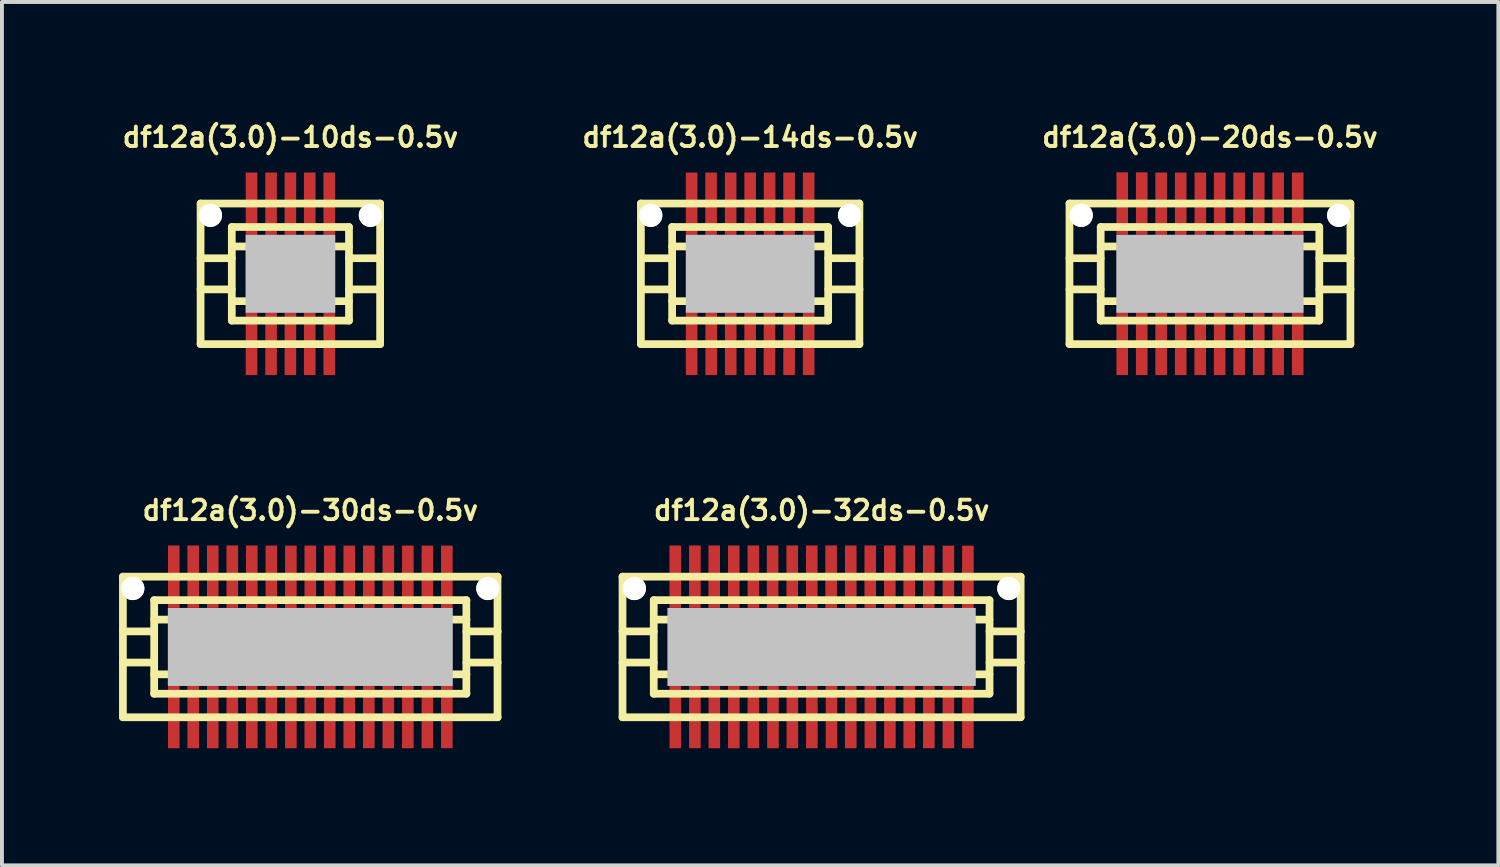
<source format=kicad_pcb>
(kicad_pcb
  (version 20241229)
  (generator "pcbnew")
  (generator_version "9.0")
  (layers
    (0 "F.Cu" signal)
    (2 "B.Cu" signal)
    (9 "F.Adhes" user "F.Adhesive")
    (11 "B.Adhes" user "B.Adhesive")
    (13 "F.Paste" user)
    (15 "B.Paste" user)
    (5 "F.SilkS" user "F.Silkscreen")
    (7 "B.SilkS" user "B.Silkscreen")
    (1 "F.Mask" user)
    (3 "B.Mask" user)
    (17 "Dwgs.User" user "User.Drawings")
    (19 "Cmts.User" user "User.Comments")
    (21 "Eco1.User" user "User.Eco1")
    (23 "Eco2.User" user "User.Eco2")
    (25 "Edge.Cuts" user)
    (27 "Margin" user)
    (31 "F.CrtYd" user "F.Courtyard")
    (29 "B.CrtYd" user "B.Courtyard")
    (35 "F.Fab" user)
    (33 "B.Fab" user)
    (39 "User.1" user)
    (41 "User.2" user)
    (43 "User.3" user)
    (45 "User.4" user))
  (footprint "df12a(3.0)-20ds-0.5v"
    (layer "F.Cu")
    (at 27.949 3.965)
    (property "Reference" "df12a(3.0)-20ds-0.5v" (at 0 -3.5 0) (layer "F.SilkS") (effects (font (size 0.498 0.498) (thickness 0.099))))
    (attr smd)
    (fp_line (start -3.599 1.801) (end -3.599 -1.801) (stroke (width 0.198) (type solid)) (layer "F.SilkS"))
    (fp_line (start -3.599 1.801) (end 3.599 1.801) (stroke (width 0.198) (type solid)) (layer "F.SilkS"))
    (fp_line (start -2.799 -1.199) (end 2.799 -1.199) (stroke (width 0.198) (type solid)) (layer "F.SilkS"))
    (fp_line (start -2.799 -0.399) (end -3.599 -0.399) (stroke (width 0.198) (type solid)) (layer "F.SilkS"))
    (fp_line (start -2.799 0.399) (end -3.599 0.399) (stroke (width 0.198) (type solid)) (layer "F.SilkS"))
    (fp_line (start -2.799 0.701) (end 2.799 0.701) (stroke (width 0.198) (type solid)) (layer "F.SilkS"))
    (fp_line (start -2.799 1.199) (end -2.799 -1.199) (stroke (width 0.198) (type solid)) (layer "F.SilkS"))
    (fp_line (start 2.799 -0.701) (end -2.799 -0.701) (stroke (width 0.198) (type solid)) (layer "F.SilkS"))
    (fp_line (start 2.799 1.199) (end -2.799 1.199) (stroke (width 0.198) (type solid)) (layer "F.SilkS"))
    (fp_line (start 2.802 -1.199) (end 2.802 1.199) (stroke (width 0.198) (type solid)) (layer "F.SilkS"))
    (fp_line (start 2.802 -0.399) (end 3.602 -0.399) (stroke (width 0.198) (type solid)) (layer "F.SilkS"))
    (fp_line (start 3.599 -1.801) (end -3.599 -1.801) (stroke (width 0.198) (type solid)) (layer "F.SilkS"))
    (fp_line (start 3.599 -1.801) (end 3.599 1.801) (stroke (width 0.198) (type solid)) (layer "F.SilkS"))
    (fp_line (start 3.602 0.399) (end 2.802 0.399) (stroke (width 0.198) (type solid)) (layer "F.SilkS"))
    (pad "" np_thru_hole circle (at -3.299 -1.499) (size 0.597 0.597) (drill 0.597) (layers "*.Cu" "*.Mask" "F.SilkS"))
    (pad "" smd rect (at 0 0) (size 4.798 1.999) (layers "Dwgs.User"))
    (pad "" np_thru_hole circle (at 3.299 -1.499) (size 0.597 0.597) (drill 0.597) (layers "*.Cu" "*.Mask" "F.SilkS"))
    (pad "1" smd rect (at -2.248 1.796) (size 0.297 1.598) (layers "F.Cu" "F.Mask" "F.Paste"))
    (pad "2" smd rect (at -1.748 1.796) (size 0.297 1.598) (layers "F.Cu" "F.Mask" "F.Paste"))
    (pad "3" smd rect (at -1.25 1.796) (size 0.297 1.598) (layers "F.Cu" "F.Mask" "F.Paste"))
    (pad "4" smd rect (at -0.749 1.796) (size 0.297 1.598) (layers "F.Cu" "F.Mask" "F.Paste"))
    (pad "5" smd rect (at -0.249 1.796) (size 0.297 1.598) (layers "F.Cu" "F.Mask" "F.Paste"))
    (pad "6" smd rect (at 0.249 1.796) (size 0.297 1.598) (layers "F.Cu" "F.Mask" "F.Paste"))
    (pad "7" smd rect (at 0.749 1.796) (size 0.297 1.598) (layers "F.Cu" "F.Mask" "F.Paste"))
    (pad "8" smd rect (at 1.25 1.796) (size 0.297 1.598) (layers "F.Cu" "F.Mask" "F.Paste"))
    (pad "9" smd rect (at 1.748 1.796) (size 0.297 1.598) (layers "F.Cu" "F.Mask" "F.Paste"))
    (pad "10" smd rect (at 2.248 1.796) (size 0.297 1.598) (layers "F.Cu" "F.Mask" "F.Paste"))
    (pad "11" smd rect (at 2.248 -1.796) (size 0.297 1.598) (layers "F.Cu" "F.Mask" "F.Paste"))
    (pad "12" smd rect (at 1.748 -1.796) (size 0.297 1.598) (layers "F.Cu" "F.Mask" "F.Paste"))
    (pad "13" smd rect (at 1.25 -1.796) (size 0.297 1.598) (layers "F.Cu" "F.Mask" "F.Paste"))
    (pad "14" smd rect (at 0.749 -1.796) (size 0.297 1.598) (layers "F.Cu" "F.Mask" "F.Paste"))
    (pad "15" smd rect (at 0.249 -1.796) (size 0.297 1.598) (layers "F.Cu" "F.Mask" "F.Paste"))
    (pad "16" smd rect (at -0.246 -1.796) (size 0.297 1.598) (layers "F.Cu" "F.Mask" "F.Paste"))
    (pad "17" smd rect (at -0.749 -1.796) (size 0.297 1.598) (layers "F.Cu" "F.Mask" "F.Paste"))
    (pad "18" smd rect (at -1.25 -1.796) (size 0.297 1.598) (layers "F.Cu" "F.Mask" "F.Paste"))
    (pad "19" smd rect (at -1.748 -1.801) (size 0.297 1.598) (layers "F.Cu" "F.Mask" "F.Paste"))
    (pad "20" smd rect (at -2.248 -1.801) (size 0.297 1.598) (layers "F.Cu" "F.Mask" "F.Paste")))
  (footprint "df12a(3.0)-14ds-0.5v"
    (layer "F.Cu")
    (at 16.169 3.965)
    (property "Reference" "df12a(3.0)-14ds-0.5v" (at 0 -3.5 0) (layer "F.SilkS") (effects (font (size 0.498 0.498) (thickness 0.099))))
    (attr smd)
    (fp_line (start -2.799 -1.801) (end 2.799 -1.801) (stroke (width 0.198) (type solid)) (layer "F.SilkS"))
    (fp_line (start -2.799 1.801) (end -2.799 -1.801) (stroke (width 0.198) (type solid)) (layer "F.SilkS"))
    (fp_line (start -1.999 -0.701) (end 1.999 -0.701) (stroke (width 0.198) (type solid)) (layer "F.SilkS"))
    (fp_line (start -1.999 -0.399) (end -2.799 -0.399) (stroke (width 0.198) (type solid)) (layer "F.SilkS"))
    (fp_line (start -1.999 0.399) (end -2.799 0.399) (stroke (width 0.198) (type solid)) (layer "F.SilkS"))
    (fp_line (start -1.999 1.199) (end -1.999 -1.199) (stroke (width 0.198) (type solid)) (layer "F.SilkS"))
    (fp_line (start -1.999 1.199) (end 1.999 1.199) (stroke (width 0.198) (type solid)) (layer "F.SilkS"))
    (fp_line (start 1.999 -1.199) (end -1.999 -1.199) (stroke (width 0.198) (type solid)) (layer "F.SilkS"))
    (fp_line (start 1.999 -1.199) (end 1.999 1.199) (stroke (width 0.198) (type solid)) (layer "F.SilkS"))
    (fp_line (start 1.999 0.701) (end -1.999 0.701) (stroke (width 0.198) (type solid)) (layer "F.SilkS"))
    (fp_line (start 2.002 -0.399) (end 2.802 -0.399) (stroke (width 0.198) (type solid)) (layer "F.SilkS"))
    (fp_line (start 2.799 -1.801) (end 2.799 1.801) (stroke (width 0.198) (type solid)) (layer "F.SilkS"))
    (fp_line (start 2.799 1.801) (end -2.799 1.801) (stroke (width 0.198) (type solid)) (layer "F.SilkS"))
    (fp_line (start 2.802 0.399) (end 2.002 0.399) (stroke (width 0.198) (type solid)) (layer "F.SilkS"))
    (pad "" np_thru_hole circle (at -2.548 -1.499) (size 0.597 0.597) (drill 0.597) (layers "*.Cu" "*.Mask" "F.SilkS"))
    (pad "" smd rect (at 0 0) (size 3.299 1.999) (layers "Dwgs.User"))
    (pad "" np_thru_hole circle (at 2.548 -1.499) (size 0.597 0.597) (drill 0.597) (layers "*.Cu" "*.Mask" "F.SilkS"))
    (pad "1" smd rect (at -1.499 1.796) (size 0.297 1.598) (layers "F.Cu" "F.Mask" "F.Paste"))
    (pad "2" smd rect (at -0.998 1.796) (size 0.297 1.598) (layers "F.Cu" "F.Mask" "F.Paste"))
    (pad "3" smd rect (at -0.498 1.796) (size 0.297 1.598) (layers "F.Cu" "F.Mask" "F.Paste"))
    (pad "4" smd rect (at 0 1.796) (size 0.297 1.598) (layers "F.Cu" "F.Mask" "F.Paste"))
    (pad "5" smd rect (at 0.495 1.796) (size 0.297 1.598) (layers "F.Cu" "F.Mask" "F.Paste"))
    (pad "6" smd rect (at 0.998 1.796) (size 0.297 1.598) (layers "F.Cu" "F.Mask" "F.Paste"))
    (pad "7" smd rect (at 1.499 1.796) (size 0.297 1.598) (layers "F.Cu" "F.Mask" "F.Paste"))
    (pad "8" smd rect (at 1.499 -1.796) (size 0.297 1.598) (layers "F.Cu" "F.Mask" "F.Paste"))
    (pad "9" smd rect (at 0.998 -1.796) (size 0.297 1.598) (layers "F.Cu" "F.Mask" "F.Paste"))
    (pad "10" smd rect (at 0.498 -1.796) (size 0.297 1.598) (layers "F.Cu" "F.Mask" "F.Paste"))
    (pad "11" smd rect (at 0 -1.796) (size 0.297 1.598) (layers "F.Cu" "F.Mask" "F.Paste"))
    (pad "12" smd rect (at -0.5 -1.796) (size 0.297 1.598) (layers "F.Cu" "F.Mask" "F.Paste"))
    (pad "13" smd rect (at -1.001 -1.796) (size 0.297 1.598) (layers "F.Cu" "F.Mask" "F.Paste"))
    (pad "14" smd rect (at -1.499 -1.796) (size 0.297 1.598) (layers "F.Cu" "F.Mask" "F.Paste")))
  (footprint "df12a(3.0)-10ds-0.5v"
    (layer "F.Cu")
    (at 4.39 3.965)
    (property "Reference" "df12a(3.0)-10ds-0.5v" (at 0 -3.5 0) (layer "F.SilkS") (effects (font (size 0.498 0.498) (thickness 0.099))))
    (attr smd)
    (fp_line (start -2.301 -1.801) (end 2.301 -1.801) (stroke (width 0.198) (type solid)) (layer "F.SilkS"))
    (fp_line (start -2.301 1.801) (end -2.301 -1.801) (stroke (width 0.198) (type solid)) (layer "F.SilkS"))
    (fp_line (start -1.501 -1.199) (end 1.501 -1.199) (stroke (width 0.198) (type solid)) (layer "F.SilkS"))
    (fp_line (start -1.501 -0.701) (end 1.501 -0.701) (stroke (width 0.198) (type solid)) (layer "F.SilkS"))
    (fp_line (start -1.501 -0.399) (end -2.301 -0.399) (stroke (width 0.198) (type solid)) (layer "F.SilkS"))
    (fp_line (start -1.501 0.399) (end -2.301 0.399) (stroke (width 0.198) (type solid)) (layer "F.SilkS"))
    (fp_line (start -1.501 1.199) (end -1.501 -1.199) (stroke (width 0.198) (type solid)) (layer "F.SilkS"))
    (fp_line (start 1.501 -1.199) (end 1.501 1.199) (stroke (width 0.198) (type solid)) (layer "F.SilkS"))
    (fp_line (start 1.501 -0.399) (end 2.301 -0.399) (stroke (width 0.198) (type solid)) (layer "F.SilkS"))
    (fp_line (start 1.501 0.701) (end -1.501 0.701) (stroke (width 0.198) (type solid)) (layer "F.SilkS"))
    (fp_line (start 1.501 1.199) (end -1.501 1.199) (stroke (width 0.198) (type solid)) (layer "F.SilkS"))
    (fp_line (start 2.299 -1.801) (end 2.299 1.801) (stroke (width 0.198) (type solid)) (layer "F.SilkS"))
    (fp_line (start 2.301 0.399) (end 1.501 0.399) (stroke (width 0.198) (type solid)) (layer "F.SilkS"))
    (fp_line (start 2.301 1.801) (end -2.301 1.801) (stroke (width 0.198) (type solid)) (layer "F.SilkS"))
    (pad "" np_thru_hole circle (at -2.05 -1.499) (size 0.597 0.597) (drill 0.597) (layers "*.Cu" "*.Mask" "F.SilkS"))
    (pad "" smd rect (at 0 0) (size 2.299 1.999) (layers "Dwgs.User"))
    (pad "" np_thru_hole circle (at 2.05 -1.499) (size 0.597 0.597) (drill 0.597) (layers "*.Cu" "*.Mask" "F.SilkS"))
    (pad "1" smd rect (at -0.996 1.796) (size 0.297 1.598) (layers "F.Cu" "F.Mask" "F.Paste"))
    (pad "2" smd rect (at -0.495 1.796) (size 0.297 1.598) (layers "F.Cu" "F.Mask" "F.Paste"))
    (pad "3" smd rect (at 0 1.796) (size 0.297 1.598) (layers "F.Cu" "F.Mask" "F.Paste"))
    (pad "4" smd rect (at 0.495 1.796) (size 0.297 1.598) (layers "F.Cu" "F.Mask" "F.Paste"))
    (pad "5" smd rect (at 0.996 1.796) (size 0.297 1.598) (layers "F.Cu" "F.Mask" "F.Paste"))
    (pad "6" smd rect (at 0.996 -1.796) (size 0.297 1.598) (layers "F.Cu" "F.Mask" "F.Paste"))
    (pad "7" smd rect (at 0.495 -1.796) (size 0.297 1.598) (layers "F.Cu" "F.Mask" "F.Paste"))
    (pad "8" smd rect (at 0 -1.796) (size 0.297 1.598) (layers "F.Cu" "F.Mask" "F.Paste"))
    (pad "9" smd rect (at -0.495 -1.796) (size 0.297 1.598) (layers "F.Cu" "F.Mask" "F.Paste"))
    (pad "10" smd rect (at -0.996 -1.796) (size 0.297 1.598) (layers "F.Cu" "F.Mask" "F.Paste")))
  (footprint "df12a(3.0)-32ds-0.5v"
    (layer "F.Cu")
    (at 17.999 13.525)
    (property "Reference" "df12a(3.0)-32ds-0.5v" (at 0 -3.5 0) (layer "F.SilkS") (effects (font (size 0.498 0.498) (thickness 0.099))))
    (attr smd)
    (fp_line (start -5.1 -1.801) (end 5.1 -1.801) (stroke (width 0.198) (type solid)) (layer "F.SilkS"))
    (fp_line (start -5.1 1.801) (end -5.1 -1.801) (stroke (width 0.198) (type solid)) (layer "F.SilkS"))
    (fp_line (start -4.3 -1.199) (end 4.3 -1.199) (stroke (width 0.198) (type solid)) (layer "F.SilkS"))
    (fp_line (start -4.3 -0.399) (end -5.1 -0.399) (stroke (width 0.198) (type solid)) (layer "F.SilkS"))
    (fp_line (start -4.3 0.399) (end -5.1 0.399) (stroke (width 0.198) (type solid)) (layer "F.SilkS"))
    (fp_line (start -4.3 0.701) (end 4.3 0.701) (stroke (width 0.198) (type solid)) (layer "F.SilkS"))
    (fp_line (start -4.3 1.199) (end -4.3 -1.199) (stroke (width 0.198) (type solid)) (layer "F.SilkS"))
    (fp_line (start 4.3 -0.701) (end -4.3 -0.701) (stroke (width 0.198) (type solid)) (layer "F.SilkS"))
    (fp_line (start 4.3 1.199) (end -4.3 1.199) (stroke (width 0.198) (type solid)) (layer "F.SilkS"))
    (fp_line (start 4.303 -1.199) (end 4.303 1.199) (stroke (width 0.198) (type solid)) (layer "F.SilkS"))
    (fp_line (start 4.303 -0.399) (end 5.103 -0.399) (stroke (width 0.198) (type solid)) (layer "F.SilkS"))
    (fp_line (start 5.1 -1.801) (end 5.1 1.801) (stroke (width 0.198) (type solid)) (layer "F.SilkS"))
    (fp_line (start 5.1 1.801) (end -5.1 1.801) (stroke (width 0.198) (type solid)) (layer "F.SilkS"))
    (fp_line (start 5.103 0.399) (end 4.303 0.399) (stroke (width 0.198) (type solid)) (layer "F.SilkS"))
    (pad "" np_thru_hole circle (at -4.798 -1.499) (size 0.597 0.597) (drill 0.597) (layers "*.Cu" "*.Mask" "F.SilkS"))
    (pad "" smd rect (at 0 0) (size 7.899 1.999) (layers "Dwgs.User"))
    (pad "" np_thru_hole circle (at 4.798 -1.499) (size 0.597 0.597) (drill 0.597) (layers "*.Cu" "*.Mask" "F.SilkS"))
    (pad "1" smd rect (at -3.747 1.796) (size 0.297 1.598) (layers "F.Cu" "F.Mask" "F.Paste"))
    (pad "2" smd rect (at -3.246 1.796) (size 0.297 1.598) (layers "F.Cu" "F.Mask" "F.Paste"))
    (pad "3" smd rect (at -2.748 1.796) (size 0.297 1.598) (layers "F.Cu" "F.Mask" "F.Paste"))
    (pad "4" smd rect (at -2.248 1.796) (size 0.297 1.598) (layers "F.Cu" "F.Mask" "F.Paste"))
    (pad "5" smd rect (at -1.748 1.796) (size 0.297 1.598) (layers "F.Cu" "F.Mask" "F.Paste"))
    (pad "6" smd rect (at -1.245 1.796) (size 0.297 1.598) (layers "F.Cu" "F.Mask" "F.Paste"))
    (pad "7" smd rect (at -0.749 1.796) (size 0.297 1.598) (layers "F.Cu" "F.Mask" "F.Paste"))
    (pad "8" smd rect (at -0.249 1.796) (size 0.297 1.598) (layers "F.Cu" "F.Mask" "F.Paste"))
    (pad "9" smd rect (at 0.254 1.796) (size 0.297 1.598) (layers "F.Cu" "F.Mask" "F.Paste"))
    (pad "10" smd rect (at 0.747 1.796) (size 0.297 1.598) (layers "F.Cu" "F.Mask" "F.Paste"))
    (pad "11" smd rect (at 1.25 1.796) (size 0.297 1.598) (layers "F.Cu" "F.Mask" "F.Paste"))
    (pad "12" smd rect (at 1.75 1.796) (size 0.297 1.598) (layers "F.Cu" "F.Mask" "F.Paste"))
    (pad "13" smd rect (at 2.245 1.796) (size 0.297 1.598) (layers "F.Cu" "F.Mask" "F.Paste"))
    (pad "14" smd rect (at 2.748 1.796) (size 0.297 1.598) (layers "F.Cu" "F.Mask" "F.Paste"))
    (pad "15" smd rect (at 3.249 1.796) (size 0.297 1.598) (layers "F.Cu" "F.Mask" "F.Paste"))
    (pad "16" smd rect (at 3.749 1.796) (size 0.297 1.598) (layers "F.Cu" "F.Mask" "F.Paste"))
    (pad "17" smd rect (at 3.749 -1.796) (size 0.297 1.598) (layers "F.Cu" "F.Mask" "F.Paste"))
    (pad "18" smd rect (at 3.249 -1.796) (size 0.297 1.598) (layers "F.Cu" "F.Mask" "F.Paste"))
    (pad "19" smd rect (at 2.746 -1.801) (size 0.297 1.598) (layers "F.Cu" "F.Mask" "F.Paste"))
    (pad "20" smd rect (at 2.245 -1.801) (size 0.297 1.598) (layers "F.Cu" "F.Mask" "F.Paste"))
    (pad "21" smd rect (at 1.748 -1.801) (size 0.297 1.598) (layers "F.Cu" "F.Mask" "F.Paste"))
    (pad "22" smd rect (at 1.247 -1.801) (size 0.297 1.598) (layers "F.Cu" "F.Mask" "F.Paste"))
    (pad "23" smd rect (at 0.747 -1.801) (size 0.297 1.598) (layers "F.Cu" "F.Mask" "F.Paste"))
    (pad "24" smd rect (at 0.244 -1.801) (size 0.297 1.598) (layers "F.Cu" "F.Mask" "F.Paste"))
    (pad "25" smd rect (at -0.251 -1.801) (size 0.297 1.598) (layers "F.Cu" "F.Mask" "F.Paste"))
    (pad "26" smd rect (at -0.752 -1.801) (size 0.297 1.598) (layers "F.Cu" "F.Mask" "F.Paste"))
    (pad "27" smd rect (at -1.255 -1.801) (size 0.297 1.598) (layers "F.Cu" "F.Mask" "F.Paste"))
    (pad "28" smd rect (at -1.748 -1.801) (size 0.297 1.598) (layers "F.Cu" "F.Mask" "F.Paste"))
    (pad "29" smd rect (at -2.25 -1.801) (size 0.297 1.598) (layers "F.Cu" "F.Mask" "F.Paste"))
    (pad "30" smd rect (at -2.751 -1.801) (size 0.297 1.598) (layers "F.Cu" "F.Mask" "F.Paste"))
    (pad "31" smd rect (at -3.246 -1.801) (size 0.297 1.598) (layers "F.Cu" "F.Mask" "F.Paste"))
    (pad "32" smd rect (at -3.749 -1.801) (size 0.297 1.598) (layers "F.Cu" "F.Mask" "F.Paste")))
  (footprint "df12a(3.0)-30ds-0.5v"
    (layer "F.Cu")
    (at 4.9 13.525)
    (property "Reference" "df12a(3.0)-30ds-0.5v" (at 0 -3.5 0) (layer "F.SilkS") (effects (font (size 0.498 0.498) (thickness 0.099))))
    (attr smd)
    (fp_line (start -4.801 1.801) (end -4.801 -1.801) (stroke (width 0.198) (type solid)) (layer "F.SilkS"))
    (fp_line (start -4.801 1.801) (end 4.801 1.801) (stroke (width 0.198) (type solid)) (layer "F.SilkS"))
    (fp_line (start -4 -0.701) (end 4 -0.701) (stroke (width 0.198) (type solid)) (layer "F.SilkS"))
    (fp_line (start -4 -0.399) (end -4.801 -0.399) (stroke (width 0.198) (type solid)) (layer "F.SilkS"))
    (fp_line (start -4 0.399) (end -4.801 0.399) (stroke (width 0.198) (type solid)) (layer "F.SilkS"))
    (fp_line (start -4 1.199) (end -4 -1.199) (stroke (width 0.198) (type solid)) (layer "F.SilkS"))
    (fp_line (start 3.998 -1.199) (end 3.998 1.199) (stroke (width 0.198) (type solid)) (layer "F.SilkS"))
    (fp_line (start 4 -1.199) (end -4 -1.199) (stroke (width 0.198) (type solid)) (layer "F.SilkS"))
    (fp_line (start 4 -0.399) (end 4.801 -0.399) (stroke (width 0.198) (type solid)) (layer "F.SilkS"))
    (fp_line (start 4 0.701) (end -4 0.701) (stroke (width 0.198) (type solid)) (layer "F.SilkS"))
    (fp_line (start 4 1.199) (end -4 1.199) (stroke (width 0.198) (type solid)) (layer "F.SilkS"))
    (fp_line (start 4.796 -1.801) (end 4.796 1.801) (stroke (width 0.198) (type solid)) (layer "F.SilkS"))
    (fp_line (start 4.801 -1.801) (end -4.801 -1.801) (stroke (width 0.198) (type solid)) (layer "F.SilkS"))
    (fp_line (start 4.801 0.399) (end 4 0.399) (stroke (width 0.198) (type solid)) (layer "F.SilkS"))
    (pad "" np_thru_hole circle (at -4.549 -1.499) (size 0.597 0.597) (drill 0.597) (layers "*.Cu" "*.Mask" "F.SilkS"))
    (pad "" smd rect (at 0 0) (size 7.3 1.999) (layers "Dwgs.User"))
    (pad "" np_thru_hole circle (at 4.549 -1.499) (size 0.597 0.597) (drill 0.597) (layers "*.Cu" "*.Mask" "F.SilkS"))
    (pad "1" smd rect (at -3.498 1.796) (size 0.297 1.598) (layers "F.Cu" "F.Mask" "F.Paste"))
    (pad "2" smd rect (at -3 1.796) (size 0.297 1.598) (layers "F.Cu" "F.Mask" "F.Paste"))
    (pad "3" smd rect (at -2.499 1.796) (size 0.297 1.598) (layers "F.Cu" "F.Mask" "F.Paste"))
    (pad "4" smd rect (at -1.999 1.796) (size 0.297 1.598) (layers "F.Cu" "F.Mask" "F.Paste"))
    (pad "5" smd rect (at -1.499 1.796) (size 0.297 1.598) (layers "F.Cu" "F.Mask" "F.Paste"))
    (pad "6" smd rect (at -0.998 1.796) (size 0.297 1.598) (layers "F.Cu" "F.Mask" "F.Paste"))
    (pad "7" smd rect (at -0.498 1.796) (size 0.297 1.598) (layers "F.Cu" "F.Mask" "F.Paste"))
    (pad "8" smd rect (at 0 1.796) (size 0.297 1.598) (layers "F.Cu" "F.Mask" "F.Paste"))
    (pad "9" smd rect (at 0.498 1.796) (size 0.297 1.598) (layers "F.Cu" "F.Mask" "F.Paste"))
    (pad "10" smd rect (at 0.998 1.796) (size 0.297 1.598) (layers "F.Cu" "F.Mask" "F.Paste"))
    (pad "11" smd rect (at 1.499 1.796) (size 0.297 1.598) (layers "F.Cu" "F.Mask" "F.Paste"))
    (pad "12" smd rect (at 1.999 1.796) (size 0.297 1.598) (layers "F.Cu" "F.Mask" "F.Paste"))
    (pad "13" smd rect (at 2.499 1.796) (size 0.297 1.598) (layers "F.Cu" "F.Mask" "F.Paste"))
    (pad "14" smd rect (at 3 1.796) (size 0.297 1.598) (layers "F.Cu" "F.Mask" "F.Paste"))
    (pad "15" smd rect (at 3.498 1.796) (size 0.297 1.598) (layers "F.Cu" "F.Mask" "F.Paste"))
    (pad "16" smd rect (at 3.498 -1.798) (size 0.297 1.598) (layers "F.Cu" "F.Mask" "F.Paste"))
    (pad "17" smd rect (at 3 -1.798) (size 0.297 1.598) (layers "F.Cu" "F.Mask" "F.Paste"))
    (pad "18" smd rect (at 2.499 -1.798) (size 0.297 1.598) (layers "F.Cu" "F.Mask" "F.Paste"))
    (pad "19" smd rect (at 1.999 -1.798) (size 0.297 1.598) (layers "F.Cu" "F.Mask" "F.Paste"))
    (pad "20" smd rect (at 1.499 -1.798) (size 0.297 1.598) (layers "F.Cu" "F.Mask" "F.Paste"))
    (pad "21" smd rect (at 0.998 -1.798) (size 0.297 1.598) (layers "F.Cu" "F.Mask" "F.Paste"))
    (pad "22" smd rect (at 0.498 -1.798) (size 0.297 1.598) (layers "F.Cu" "F.Mask" "F.Paste"))
    (pad "23" smd rect (at 0 -1.798) (size 0.297 1.598) (layers "F.Cu" "F.Mask" "F.Paste"))
    (pad "24" smd rect (at -0.498 -1.798) (size 0.297 1.598) (layers "F.Cu" "F.Mask" "F.Paste"))
    (pad "25" smd rect (at -0.998 -1.798) (size 0.297 1.598) (layers "F.Cu" "F.Mask" "F.Paste"))
    (pad "26" smd rect (at -1.499 -1.801) (size 0.297 1.598) (layers "F.Cu" "F.Mask" "F.Paste"))
    (pad "27" smd rect (at -1.999 -1.801) (size 0.297 1.598) (layers "F.Cu" "F.Mask" "F.Paste"))
    (pad "28" smd rect (at -2.499 -1.801) (size 0.297 1.598) (layers "F.Cu" "F.Mask" "F.Paste"))
    (pad "29" smd rect (at -3 -1.801) (size 0.297 1.598) (layers "F.Cu" "F.Mask" "F.Paste"))
    (pad "30" smd rect (at -3.498 -1.801) (size 0.297 1.598) (layers "F.Cu" "F.Mask" "F.Paste")))
  (gr_rect
    (start -3 -3)
    (end 35.338 19.12)
    (stroke (width 0.1) (type default))
    (fill no)
    (layer "Edge.Cuts")))
</source>
